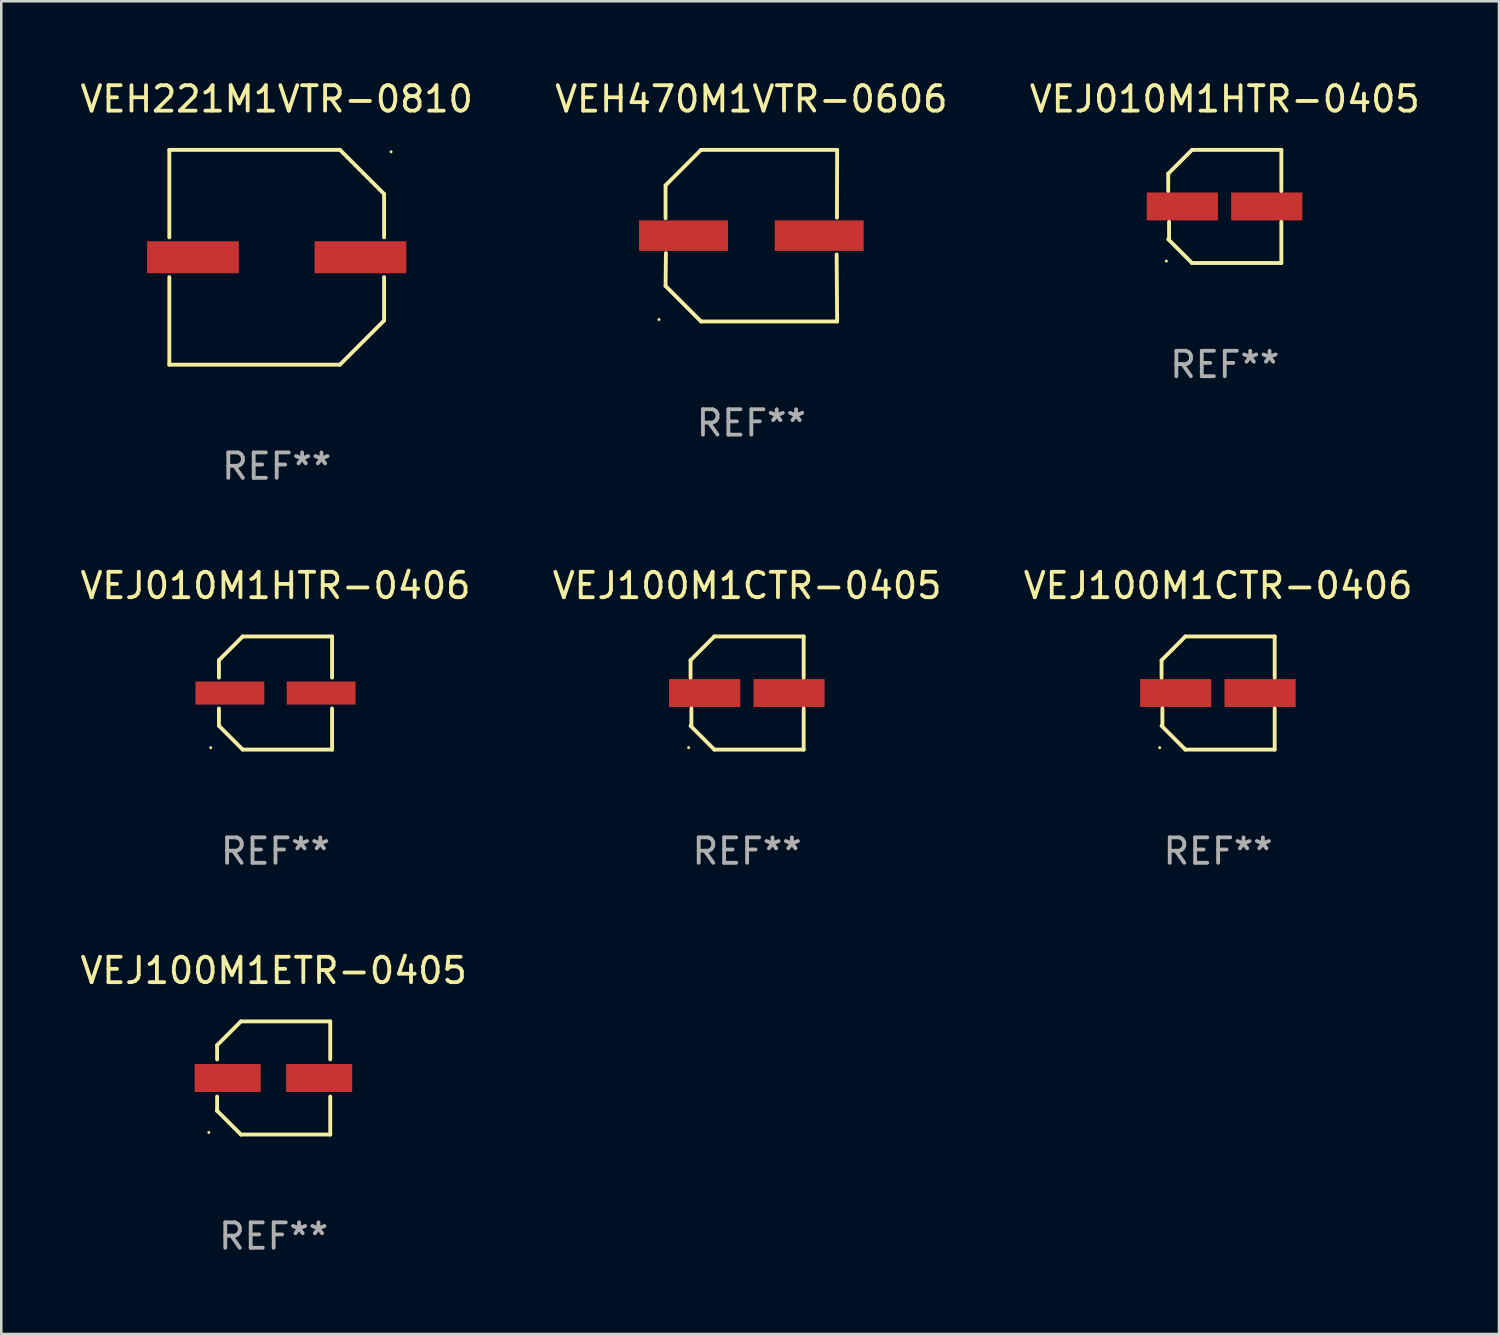
<source format=kicad_pcb>
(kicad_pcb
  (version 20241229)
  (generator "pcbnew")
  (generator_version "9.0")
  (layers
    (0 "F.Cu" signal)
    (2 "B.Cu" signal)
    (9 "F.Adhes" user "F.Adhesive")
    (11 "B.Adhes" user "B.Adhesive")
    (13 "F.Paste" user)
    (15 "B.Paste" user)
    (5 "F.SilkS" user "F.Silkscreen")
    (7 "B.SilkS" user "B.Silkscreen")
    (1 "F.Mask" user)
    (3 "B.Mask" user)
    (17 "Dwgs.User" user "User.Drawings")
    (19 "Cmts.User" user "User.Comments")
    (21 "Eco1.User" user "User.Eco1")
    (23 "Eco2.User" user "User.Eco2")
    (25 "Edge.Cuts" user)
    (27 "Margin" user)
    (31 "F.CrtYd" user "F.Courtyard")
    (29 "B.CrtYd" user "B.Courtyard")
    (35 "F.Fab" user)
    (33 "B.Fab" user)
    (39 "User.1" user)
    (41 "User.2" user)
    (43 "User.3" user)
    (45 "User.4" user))
  (footprint "VEJ100M1CTR-0405"
    (layer "F.Cu")
    (at 26.351 24.223)
    (property "Reference" "VEJ100M1CTR-0405" (at 0 -4.226 0) (layer "F.SilkS") (effects (font (size 1 1) (thickness 0.15))))
    (attr through_hole)
    (fp_line (start -2.226 -1.29) (end -2.226 -0.607) (stroke (width 0.152) (type solid)) (layer "F.SilkS"))
    (fp_line (start -2.193 1.29) (end -2.193 0.607) (stroke (width 0.152) (type solid)) (layer "F.SilkS"))
    (fp_line (start -1.29 2.226) (end -2.226 1.29) (stroke (width 0.152) (type solid)) (layer "F.SilkS"))
    (fp_line (start -1.29 -2.226) (end -2.226 -1.29) (stroke (width 0.152) (type solid)) (layer "F.SilkS"))
    (fp_line (start 2.226 -2.226) (end -1.29 -2.226) (stroke (width 0.152) (type solid)) (layer "F.SilkS"))
    (fp_line (start 2.226 -0.607) (end 2.226 -2.226) (stroke (width 0.152) (type solid)) (layer "F.SilkS"))
    (fp_line (start 2.226 0.607) (end 2.226 2.226) (stroke (width 0.152) (type solid)) (layer "F.SilkS"))
    (fp_line (start 2.226 2.226) (end -1.29 2.226) (stroke (width 0.152) (type solid)) (layer "F.SilkS"))
    (fp_circle (center -2.3 2.15) (end -2.27 2.15) (stroke (width 0.06) (type solid)) (fill no) (layer "F.SilkS"))
    (fp_text user "REF**" (at 0 6.226 0) (layer "F.Fab") (effects (font (size 1 1) (thickness 0.15))))
    (pad "1" smd rect (at -1.67 -0.000025) (size 2.8 1.1) (layers "F.Cu" "F.Mask" "F.Paste"))
    (pad "2" smd rect (at 1.651 -0.000025) (size 2.8 1.1) (layers "F.Cu" "F.Mask" "F.Paste")))
  (footprint "VEJ100M1CTR-0406"
    (layer "F.Cu")
    (at 44.887 24.223)
    (property "Reference" "VEJ100M1CTR-0406" (at 0 -4.226 0) (layer "F.SilkS") (effects (font (size 1 1) (thickness 0.15))))
    (attr through_hole)
    (fp_line (start -2.226 -1.29) (end -2.226 -0.607) (stroke (width 0.152) (type solid)) (layer "F.SilkS"))
    (fp_line (start -2.193 1.29) (end -2.193 0.607) (stroke (width 0.152) (type solid)) (layer "F.SilkS"))
    (fp_line (start -1.29 2.226) (end -2.226 1.29) (stroke (width 0.152) (type solid)) (layer "F.SilkS"))
    (fp_line (start -1.29 -2.226) (end -2.226 -1.29) (stroke (width 0.152) (type solid)) (layer "F.SilkS"))
    (fp_line (start 2.226 -2.226) (end -1.29 -2.226) (stroke (width 0.152) (type solid)) (layer "F.SilkS"))
    (fp_line (start 2.226 -0.607) (end 2.226 -2.226) (stroke (width 0.152) (type solid)) (layer "F.SilkS"))
    (fp_line (start 2.226 0.607) (end 2.226 2.226) (stroke (width 0.152) (type solid)) (layer "F.SilkS"))
    (fp_line (start 2.226 2.226) (end -1.29 2.226) (stroke (width 0.152) (type solid)) (layer "F.SilkS"))
    (fp_circle (center -2.3 2.15) (end -2.27 2.15) (stroke (width 0.06) (type solid)) (fill no) (layer "F.SilkS"))
    (fp_text user "REF**" (at 0 6.226 0) (layer "F.Fab") (effects (font (size 1 1) (thickness 0.15))))
    (pad "1" smd rect (at -1.67 -0.000025) (size 2.8 1.1) (layers "F.Cu" "F.Mask" "F.Paste"))
    (pad "2" smd rect (at 1.651 -0.000025) (size 2.8 1.1) (layers "F.Cu" "F.Mask" "F.Paste")))
  (footprint "VEJ010M1HTR-0406"
    (layer "F.Cu")
    (at 7.792 24.223)
    (property "Reference" "VEJ010M1HTR-0406" (at 0 -4.226 0) (layer "F.SilkS") (effects (font (size 1 1) (thickness 0.15))))
    (attr through_hole)
    (fp_line (start -2.226 -1.29) (end -1.29 -2.226) (stroke (width 0.152) (type solid)) (layer "F.SilkS"))
    (fp_line (start -2.226 -0.607) (end -2.226 -1.29) (stroke (width 0.152) (type solid)) (layer "F.SilkS"))
    (fp_line (start -2.226 0.607) (end -2.226 1.29) (stroke (width 0.152) (type solid)) (layer "F.SilkS"))
    (fp_line (start -2.226 1.29) (end -1.29 2.226) (stroke (width 0.152) (type solid)) (layer "F.SilkS"))
    (fp_line (start -1.29 -2.226) (end 2.226 -2.226) (stroke (width 0.152) (type solid)) (layer "F.SilkS"))
    (fp_line (start -1.29 2.226) (end 2.226 2.226) (stroke (width 0.152) (type solid)) (layer "F.SilkS"))
    (fp_line (start 2.226 -2.226) (end 2.226 -0.607) (stroke (width 0.152) (type solid)) (layer "F.SilkS"))
    (fp_line (start 2.226 2.226) (end 2.226 0.607) (stroke (width 0.152) (type solid)) (layer "F.SilkS"))
    (fp_circle (center -2.55 2.15) (end -2.52 2.15) (stroke (width 0.06) (type solid)) (fill no) (layer "F.SilkS"))
    (fp_text user "REF**" (at 0 6.226 0) (layer "F.Fab") (effects (font (size 1 1) (thickness 0.15))))
    (pad "1" smd rect (at -1.795 -0.000013) (size 2.71 0.91) (layers "F.Cu" "F.Mask" "F.Paste"))
    (pad "2" smd rect (at 1.795 -0.000013) (size 2.71 0.91) (layers "F.Cu" "F.Mask" "F.Paste")))
  (footprint "VEH470M1VTR-0606"
    (layer "F.Cu")
    (at 26.518 6.224)
    (property "Reference" "VEH470M1VTR-0606" (at 0 -5.376 0) (layer "F.SilkS") (effects (font (size 1 1) (thickness 0.15))))
    (attr through_hole)
    (fp_line (start -3.376 -1.98) (end -3.376 -0.686) (stroke (width 0.152) (type solid)) (layer "F.SilkS"))
    (fp_line (start -3.376 1.981) (end -3.362 0.686) (stroke (width 0.152) (type solid)) (layer "F.SilkS"))
    (fp_line (start -1.981 3.376) (end -3.376 1.981) (stroke (width 0.152) (type solid)) (layer "F.SilkS"))
    (fp_line (start -1.98 -3.376) (end -3.376 -1.98) (stroke (width 0.152) (type solid)) (layer "F.SilkS"))
    (fp_line (start 3.356 0.74) (end 3.376 3.376) (stroke (width 0.152) (type solid)) (layer "F.SilkS"))
    (fp_line (start 3.369 -0.707) (end 3.376 -3.376) (stroke (width 0.152) (type solid)) (layer "F.SilkS"))
    (fp_line (start 3.376 3.376) (end -1.981 3.376) (stroke (width 0.152) (type solid)) (layer "F.SilkS"))
    (fp_line (start 3.376 -3.376) (end -1.98 -3.376) (stroke (width 0.152) (type solid)) (layer "F.SilkS"))
    (fp_circle (center -3.634 3.3) (end -3.604 3.3) (stroke (width 0.06) (type solid)) (fill no) (layer "F.SilkS"))
    (fp_text user "REF**" (at 0 7.376 0) (layer "F.Fab") (effects (font (size 1 1) (thickness 0.15))))
    (pad "1" smd rect (at -2.67 0.000254) (size 3.5 1.2) (layers "F.Cu" "F.Mask" "F.Paste"))
    (pad "2" smd rect (at 2.67 0.000254) (size 3.5 1.2) (layers "F.Cu" "F.Mask" "F.Paste")))
  (footprint "VEJ100M1ETR-0405"
    (layer "F.Cu")
    (at 7.72 39.372)
    (property "Reference" "VEJ100M1ETR-0405" (at 0 -4.226 0) (layer "F.SilkS") (effects (font (size 1 1) (thickness 0.15))))
    (attr through_hole)
    (fp_line (start -2.226 -1.289) (end -2.226 -0.73) (stroke (width 0.152) (type solid)) (layer "F.SilkS"))
    (fp_line (start -2.226 0.731) (end -2.226 1.291) (stroke (width 0.152) (type solid)) (layer "F.SilkS"))
    (fp_line (start -2.226 1.291) (end -2.226 1.291) (stroke (width 0.152) (type solid)) (layer "F.SilkS"))
    (fp_line (start -1.29 -2.226) (end -2.226 -1.289) (stroke (width 0.152) (type solid)) (layer "F.SilkS"))
    (fp_line (start -1.289 2.226) (end -2.226 1.291) (stroke (width 0.152) (type solid)) (layer "F.SilkS"))
    (fp_line (start 2.226 -2.226) (end -1.29 -2.226) (stroke (width 0.152) (type solid)) (layer "F.SilkS"))
    (fp_line (start 2.226 -0.73) (end 2.226 -2.226) (stroke (width 0.152) (type solid)) (layer "F.SilkS"))
    (fp_line (start 2.226 2.226) (end -1.289 2.226) (stroke (width 0.152) (type solid)) (layer "F.SilkS"))
    (fp_line (start 2.226 2.226) (end 2.226 0.731) (stroke (width 0.152) (type solid)) (layer "F.SilkS"))
    (fp_circle (center -2.551 2.142) (end -2.521 2.142) (stroke (width 0.06) (type solid)) (fill no) (layer "F.SilkS"))
    (fp_text user "REF**" (at 0 6.226 0) (layer "F.Fab") (effects (font (size 1 1) (thickness 0.15))))
    (pad "1" smd rect (at -1.81 0.001) (size 2.6 1.1) (layers "F.Cu" "F.Mask" "F.Paste"))
    (pad "2" smd rect (at 1.79 0.001) (size 2.6 1.1) (layers "F.Cu" "F.Mask" "F.Paste")))
  (footprint "VEH221M1VTR-0810"
    (layer "F.Cu")
    (at 7.839 7.074)
    (property "Reference" "VEH221M1VTR-0810" (at 0 -6.226 0) (layer "F.SilkS") (effects (font (size 1 1) (thickness 0.15))))
    (attr through_hole)
    (fp_line (start -4.226 -4.226) (end 2.49 -4.226) (stroke (width 0.152) (type solid)) (layer "F.SilkS"))
    (fp_line (start -4.226 -0.782) (end -4.226 -4.226) (stroke (width 0.152) (type solid)) (layer "F.SilkS"))
    (fp_line (start -4.226 0.782) (end -4.226 4.226) (stroke (width 0.152) (type solid)) (layer "F.SilkS"))
    (fp_line (start -4.226 4.226) (end 2.49 4.226) (stroke (width 0.152) (type solid)) (layer "F.SilkS"))
    (fp_line (start 2.49 -4.226) (end 4.226 -2.49) (stroke (width 0.152) (type solid)) (layer "F.SilkS"))
    (fp_line (start 2.49 4.226) (end 4.226 2.49) (stroke (width 0.152) (type solid)) (layer "F.SilkS"))
    (fp_line (start 4.226 -2.49) (end 4.226 -0.782) (stroke (width 0.152) (type solid)) (layer "F.SilkS"))
    (fp_line (start 4.226 2.49) (end 4.226 0.782) (stroke (width 0.152) (type solid)) (layer "F.SilkS"))
    (fp_circle (center 4.5 -4.15) (end 4.53 -4.15) (stroke (width 0.06) (type solid)) (fill no) (layer "F.SilkS"))
    (fp_text user "REF**" (at 0 8.226 0) (layer "F.Fab") (effects (font (size 1 1) (thickness 0.15))))
    (pad "1" smd rect (at 3.295 0 180) (size 3.61 1.26) (layers "F.Cu" "F.Mask" "F.Paste"))
    (pad "2" smd rect (at -3.295 0 180) (size 3.61 1.26) (layers "F.Cu" "F.Mask" "F.Paste")))
  (footprint "VEJ010M1HTR-0405"
    (layer "F.Cu")
    (at 45.149 5.074)
    (property "Reference" "VEJ010M1HTR-0405" (at 0 -4.226 0) (layer "F.SilkS") (effects (font (size 1 1) (thickness 0.15))))
    (attr through_hole)
    (fp_line (start -2.226 -1.29) (end -2.226 -0.607) (stroke (width 0.152) (type solid)) (layer "F.SilkS"))
    (fp_line (start -2.193 1.29) (end -2.193 0.607) (stroke (width 0.152) (type solid)) (layer "F.SilkS"))
    (fp_line (start -1.29 2.226) (end -2.226 1.29) (stroke (width 0.152) (type solid)) (layer "F.SilkS"))
    (fp_line (start -1.29 -2.226) (end -2.226 -1.29) (stroke (width 0.152) (type solid)) (layer "F.SilkS"))
    (fp_line (start 2.226 -2.226) (end -1.29 -2.226) (stroke (width 0.152) (type solid)) (layer "F.SilkS"))
    (fp_line (start 2.226 -0.607) (end 2.226 -2.226) (stroke (width 0.152) (type solid)) (layer "F.SilkS"))
    (fp_line (start 2.226 0.607) (end 2.226 2.226) (stroke (width 0.152) (type solid)) (layer "F.SilkS"))
    (fp_line (start 2.226 2.226) (end -1.29 2.226) (stroke (width 0.152) (type solid)) (layer "F.SilkS"))
    (fp_circle (center -2.3 2.15) (end -2.27 2.15) (stroke (width 0.06) (type solid)) (fill no) (layer "F.SilkS"))
    (fp_text user "REF**" (at 0 6.226 0) (layer "F.Fab") (effects (font (size 1 1) (thickness 0.15))))
    (pad "1" smd rect (at -1.67 -0.000025) (size 2.8 1.1) (layers "F.Cu" "F.Mask" "F.Paste"))
    (pad "2" smd rect (at 1.651 -0.000025) (size 2.8 1.1) (layers "F.Cu" "F.Mask" "F.Paste")))
  (gr_rect
    (start -3 -3)
    (end 55.94 49.446)
    (stroke (width 0.1) (type default))
    (fill no)
    (layer "Edge.Cuts")))
</source>
